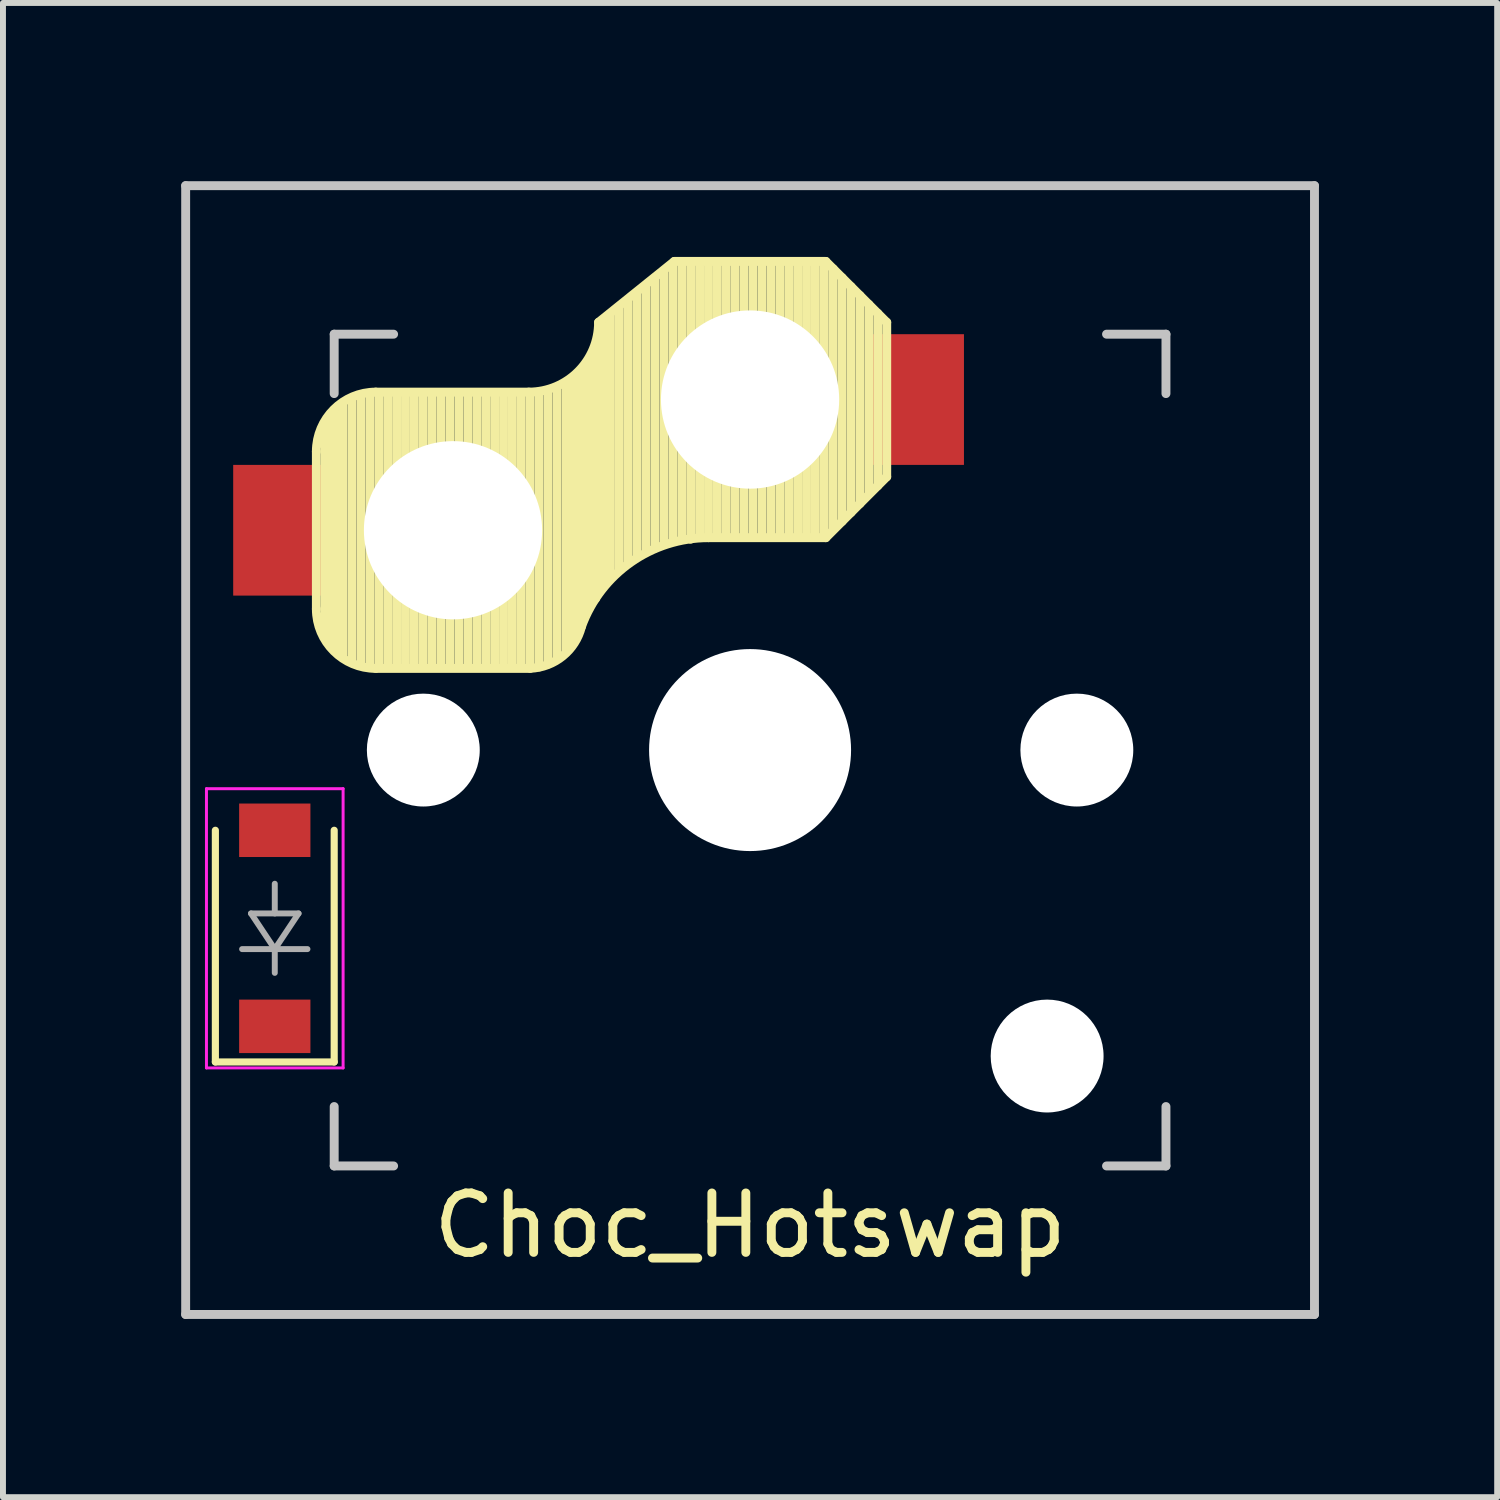
<source format=kicad_pcb>
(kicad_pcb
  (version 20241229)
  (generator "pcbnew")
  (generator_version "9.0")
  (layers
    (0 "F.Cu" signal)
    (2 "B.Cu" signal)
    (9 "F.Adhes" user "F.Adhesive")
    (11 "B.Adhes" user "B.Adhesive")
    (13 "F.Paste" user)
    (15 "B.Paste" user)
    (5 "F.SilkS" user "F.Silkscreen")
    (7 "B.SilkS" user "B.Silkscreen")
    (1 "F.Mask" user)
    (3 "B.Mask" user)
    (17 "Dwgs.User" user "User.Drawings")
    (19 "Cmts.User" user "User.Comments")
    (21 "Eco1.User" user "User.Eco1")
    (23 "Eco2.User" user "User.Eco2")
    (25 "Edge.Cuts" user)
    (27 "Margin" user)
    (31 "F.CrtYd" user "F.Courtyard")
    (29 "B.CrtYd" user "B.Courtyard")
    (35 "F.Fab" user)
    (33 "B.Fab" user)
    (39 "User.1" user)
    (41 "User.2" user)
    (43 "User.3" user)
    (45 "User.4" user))
  (footprint "Choc_Hotswap"
    (layer "F.Cu")
    (at 9.575 9.575)
    (property "Reference" "Choc_Hotswap" (at 0 8 0) (layer "F.SilkS") (effects (font (size 1 1) (thickness 0.15))))
    (attr through_hole)
    (fp_line (start -9 5.25) (end -9 1.35) (stroke (width 0.12) (type solid)) (layer "F.SilkS"))
    (fp_line (start -9 5.25) (end -7 5.25) (stroke (width 0.12) (type solid)) (layer "F.SilkS"))
    (fp_line (start -7.3 -5.025) (end -7.3 -2.375) (stroke (width 0.15) (type solid)) (layer "F.SilkS"))
    (fp_line (start -7.15 -1.95) (end -7.15 -5.5) (stroke (width 0.15) (type solid)) (layer "F.SilkS"))
    (fp_line (start -7.05 -1.8) (end -7.05 -5.55) (stroke (width 0.15) (type solid)) (layer "F.SilkS"))
    (fp_line (start -7 5.25) (end -7 1.35) (stroke (width 0.12) (type solid)) (layer "F.SilkS"))
    (fp_line (start -6.95 -1.7) (end -6.95 -5.65) (stroke (width 0.15) (type solid)) (layer "F.SilkS"))
    (fp_line (start -6.85 -1.6) (end -6.85 -5.8) (stroke (width 0.15) (type solid)) (layer "F.SilkS"))
    (fp_line (start -6.7 -1.5) (end -6.7 -5.9) (stroke (width 0.15) (type solid)) (layer "F.SilkS"))
    (fp_line (start -6.55 -1.45) (end -6.55 -5.95) (stroke (width 0.15) (type solid)) (layer "F.SilkS"))
    (fp_line (start -6.4 -1.4) (end -6.4 -5.95) (stroke (width 0.15) (type solid)) (layer "F.SilkS"))
    (fp_line (start -6.3 -6.025) (end -3.725 -6.025) (stroke (width 0.15) (type solid)) (layer "F.SilkS"))
    (fp_line (start -6.3 -1.375) (end -3.7 -1.375) (stroke (width 0.15) (type solid)) (layer "F.SilkS"))
    (fp_line (start -6.25 -1.4) (end -6.25 -6) (stroke (width 0.15) (type solid)) (layer "F.SilkS"))
    (fp_line (start -6.1 -1.4) (end -6.1 -6) (stroke (width 0.15) (type solid)) (layer "F.SilkS"))
    (fp_line (start -5.95 -1.4) (end -5.95 -6) (stroke (width 0.15) (type solid)) (layer "F.SilkS"))
    (fp_line (start -5.8 -1.4) (end -5.8 -6) (stroke (width 0.15) (type solid)) (layer "F.SilkS"))
    (fp_line (start -5.65 -1.4) (end -5.65 -6) (stroke (width 0.15) (type solid)) (layer "F.SilkS"))
    (fp_line (start -5.5 -1.4) (end -5.5 -6) (stroke (width 0.15) (type solid)) (layer "F.SilkS"))
    (fp_line (start -5.35 -1.4) (end -5.35 -6) (stroke (width 0.15) (type solid)) (layer "F.SilkS"))
    (fp_line (start -5.2 -1.4) (end -5.2 -6) (stroke (width 0.15) (type solid)) (layer "F.SilkS"))
    (fp_line (start -5.05 -1.4) (end -5.05 -6) (stroke (width 0.15) (type solid)) (layer "F.SilkS"))
    (fp_line (start -4.9 -1.4) (end -4.9 -6) (stroke (width 0.15) (type solid)) (layer "F.SilkS"))
    (fp_line (start -4.75 -1.4) (end -4.75 -6) (stroke (width 0.15) (type solid)) (layer "F.SilkS"))
    (fp_line (start -4.6 -1.4) (end -4.6 -6) (stroke (width 0.15) (type solid)) (layer "F.SilkS"))
    (fp_line (start -4.45 -1.4) (end -4.45 -6) (stroke (width 0.15) (type solid)) (layer "F.SilkS"))
    (fp_line (start -4.3 -1.4) (end -4.3 -6) (stroke (width 0.15) (type solid)) (layer "F.SilkS"))
    (fp_line (start -4.15 -1.4) (end -4.15 -6) (stroke (width 0.15) (type solid)) (layer "F.SilkS"))
    (fp_line (start -4 -1.4) (end -4 -6) (stroke (width 0.15) (type solid)) (layer "F.SilkS"))
    (fp_line (start -3.85 -1.4) (end -3.85 -5.95) (stroke (width 0.15) (type solid)) (layer "F.SilkS"))
    (fp_line (start -3.7 -1.4) (end -3.7 -6) (stroke (width 0.15) (type solid)) (layer "F.SilkS"))
    (fp_line (start -3.55 -1.4) (end -3.55 -6) (stroke (width 0.15) (type solid)) (layer "F.SilkS"))
    (fp_line (start -3.4 -1.45) (end -3.4 -6) (stroke (width 0.15) (type solid)) (layer "F.SilkS"))
    (fp_line (start -3.25 -1.55) (end -3.25 -6.1) (stroke (width 0.15) (type solid)) (layer "F.SilkS"))
    (fp_line (start -3.1 -1.65) (end -3.1 -6.15) (stroke (width 0.15) (type solid)) (layer "F.SilkS"))
    (fp_line (start -3 -1.8) (end -3 -6.2) (stroke (width 0.15) (type solid)) (layer "F.SilkS"))
    (fp_line (start -2.9 -2.05) (end -2.9 -6.25) (stroke (width 0.15) (type solid)) (layer "F.SilkS"))
    (fp_line (start -2.8 -2.2) (end -2.8 -6.35) (stroke (width 0.15) (type solid)) (layer "F.SilkS"))
    (fp_line (start -2.7 -2.4) (end -2.7 -6.55) (stroke (width 0.15) (type solid)) (layer "F.SilkS"))
    (fp_line (start -2.6 -2.55) (end -2.6 -6.7) (stroke (width 0.15) (type solid)) (layer "F.SilkS"))
    (fp_line (start -2.5 -2.75) (end -2.5 -7.2) (stroke (width 0.15) (type solid)) (layer "F.SilkS"))
    (fp_line (start -2.35 -2.9) (end -2.35 -7.35) (stroke (width 0.15) (type solid)) (layer "F.SilkS"))
    (fp_line (start -2.2 -3.05) (end -2.2 -7.45) (stroke (width 0.15) (type solid)) (layer "F.SilkS"))
    (fp_line (start -2.05 -3.15) (end -2.05 -7.55) (stroke (width 0.15) (type solid)) (layer "F.SilkS"))
    (fp_line (start -1.9 -3.25) (end -1.9 -7.7) (stroke (width 0.15) (type solid)) (layer "F.SilkS"))
    (fp_line (start -1.75 -3.35) (end -1.75 -7.8) (stroke (width 0.15) (type solid)) (layer "F.SilkS"))
    (fp_line (start -1.6 -3.4) (end -1.6 -7.95) (stroke (width 0.15) (type solid)) (layer "F.SilkS"))
    (fp_line (start -1.45 -3.5) (end -1.45 -8.05) (stroke (width 0.15) (type solid)) (layer "F.SilkS"))
    (fp_line (start -1.3 -3.55) (end -1.3 -8.15) (stroke (width 0.15) (type solid)) (layer "F.SilkS"))
    (fp_line (start -1.275 -8.225) (end -2.55 -7.2) (stroke (width 0.15) (type solid)) (layer "F.SilkS"))
    (fp_line (start -1.275 -8.225) (end 1.275 -8.225) (stroke (width 0.15) (type solid)) (layer "F.SilkS"))
    (fp_line (start -1.15 -3.55) (end -1.15 -8.2) (stroke (width 0.15) (type solid)) (layer "F.SilkS"))
    (fp_line (start -1 -3.55) (end -1 -8.2) (stroke (width 0.15) (type solid)) (layer "F.SilkS"))
    (fp_line (start -0.85 -3.6) (end -0.85 -8.15) (stroke (width 0.15) (type solid)) (layer "F.SilkS"))
    (fp_line (start -0.7 -3.6) (end -0.7 -8.2) (stroke (width 0.15) (type solid)) (layer "F.SilkS"))
    (fp_line (start -0.7 -3.575) (end 1.275 -3.575) (stroke (width 0.15) (type solid)) (layer "F.SilkS"))
    (fp_line (start -0.55 -3.6) (end -0.55 -8.2) (stroke (width 0.15) (type solid)) (layer "F.SilkS"))
    (fp_line (start -0.4 -3.6) (end -0.4 -8.2) (stroke (width 0.15) (type solid)) (layer "F.SilkS"))
    (fp_line (start -0.25 -3.6) (end -0.25 -8.2) (stroke (width 0.15) (type solid)) (layer "F.SilkS"))
    (fp_line (start -0.1 -3.6) (end -0.1 -8.2) (stroke (width 0.15) (type solid)) (layer "F.SilkS"))
    (fp_line (start 0.05 -3.6) (end 0.05 -8.2) (stroke (width 0.15) (type solid)) (layer "F.SilkS"))
    (fp_line (start 0.2 -3.6) (end 0.2 -8.2) (stroke (width 0.15) (type solid)) (layer "F.SilkS"))
    (fp_line (start 0.35 -3.6) (end 0.35 -8.2) (stroke (width 0.15) (type solid)) (layer "F.SilkS"))
    (fp_line (start 0.5 -3.6) (end 0.5 -8.2) (stroke (width 0.15) (type solid)) (layer "F.SilkS"))
    (fp_line (start 0.65 -3.6) (end 0.65 -8.2) (stroke (width 0.15) (type solid)) (layer "F.SilkS"))
    (fp_line (start 0.8 -3.6) (end 0.8 -8.2) (stroke (width 0.15) (type solid)) (layer "F.SilkS"))
    (fp_line (start 0.95 -3.6) (end 0.95 -8.2) (stroke (width 0.15) (type solid)) (layer "F.SilkS"))
    (fp_line (start 1.1 -3.6) (end 1.1 -8.2) (stroke (width 0.15) (type solid)) (layer "F.SilkS"))
    (fp_line (start 1.25 -3.6) (end 1.25 -8.2) (stroke (width 0.15) (type solid)) (layer "F.SilkS"))
    (fp_line (start 1.4 -3.75) (end 1.4 -8.1) (stroke (width 0.15) (type solid)) (layer "F.SilkS"))
    (fp_line (start 1.55 -3.85) (end 1.55 -7.95) (stroke (width 0.15) (type solid)) (layer "F.SilkS"))
    (fp_line (start 1.7 -4) (end 1.7 -7.8) (stroke (width 0.15) (type solid)) (layer "F.SilkS"))
    (fp_line (start 1.85 -4.15) (end 1.85 -7.65) (stroke (width 0.15) (type solid)) (layer "F.SilkS"))
    (fp_line (start 2 -4.35) (end 2 -7.5) (stroke (width 0.15) (type solid)) (layer "F.SilkS"))
    (fp_line (start 2.15 -4.45) (end 2.15 -7.35) (stroke (width 0.15) (type solid)) (layer "F.SilkS"))
    (fp_line (start 2.3 -7.2) (end 1.275 -8.225) (stroke (width 0.15) (type solid)) (layer "F.SilkS"))
    (fp_line (start 2.3 -7.2) (end 2.3 -4.6) (stroke (width 0.15) (type solid)) (layer "F.SilkS"))
    (fp_line (start 2.3 -4.6) (end 1.275 -3.575) (stroke (width 0.15) (type solid)) (layer "F.SilkS"))
    (fp_arc (start -7.3 -5.025) (mid -7.007107 -5.732107) (end -6.3 -6.025) (stroke (width 0.15) (type solid)) (layer "F.SilkS"))
    (fp_arc (start -6.3 -1.375) (mid -7.007107 -1.667893) (end -7.3 -2.375) (stroke (width 0.15) (type solid)) (layer "F.SilkS"))
    (fp_arc (start -2.837801 -2.078096) (mid -3.151716 -1.583979) (end -3.699005 -1.376209) (stroke (width 0.15) (type solid)) (layer "F.SilkS"))
    (fp_arc (start -2.837801 -2.078096) (mid -2.004887 -3.163571) (end -0.7 -3.575) (stroke (width 0.15) (type solid)) (layer "F.SilkS"))
    (fp_arc (start -2.55 -7.2) (mid -2.89415 -6.36915) (end -3.725 -6.025) (stroke (width 0.15) (type solid)) (layer "F.SilkS"))
    (fp_line (start -9.5 -9.5) (end 9.5 -9.5) (stroke (width 0.15) (type solid)) (layer "Dwgs.User"))
    (fp_line (start -9.5 9.5) (end -9.5 -9.5) (stroke (width 0.15) (type solid)) (layer "Dwgs.User"))
    (fp_line (start -7 -7) (end -7 -6) (stroke (width 0.15) (type solid)) (layer "Dwgs.User"))
    (fp_line (start -7 6) (end -7 7) (stroke (width 0.15) (type solid)) (layer "Dwgs.User"))
    (fp_line (start -7 7) (end -6 7) (stroke (width 0.15) (type solid)) (layer "Dwgs.User"))
    (fp_line (start -6 -7) (end -7 -7) (stroke (width 0.15) (type solid)) (layer "Dwgs.User"))
    (fp_line (start 6 -7) (end 7 -7) (stroke (width 0.15) (type solid)) (layer "Dwgs.User"))
    (fp_line (start 7 -7) (end 7 -6) (stroke (width 0.15) (type solid)) (layer "Dwgs.User"))
    (fp_line (start 7 6) (end 7 7) (stroke (width 0.15) (type solid)) (layer "Dwgs.User"))
    (fp_line (start 7 7) (end 6 7) (stroke (width 0.15) (type solid)) (layer "Dwgs.User"))
    (fp_line (start 9.5 -9.5) (end 9.5 9.5) (stroke (width 0.15) (type solid)) (layer "Dwgs.User"))
    (fp_line (start 9.5 9.5) (end -9.5 9.5) (stroke (width 0.15) (type solid)) (layer "Dwgs.User"))
    (fp_line (start -9.15 0.65) (end -6.85 0.65) (stroke (width 0.05) (type solid)) (layer "F.CrtYd"))
    (fp_line (start -9.15 5.35) (end -9.15 0.65) (stroke (width 0.05) (type solid)) (layer "F.CrtYd"))
    (fp_line (start -9.15 5.35) (end -6.85 5.35) (stroke (width 0.05) (type solid)) (layer "F.CrtYd"))
    (fp_line (start -6.85 0.65) (end -6.85 5.35) (stroke (width 0.05) (type solid)) (layer "F.CrtYd"))
    (fp_line (start -8.4 2.75) (end -7.6 2.75) (stroke (width 0.1) (type solid)) (layer "F.Fab"))
    (fp_line (start -8 2.75) (end -8 2.25) (stroke (width 0.1) (type solid)) (layer "F.Fab"))
    (fp_line (start -8 3.35) (end -8.55 3.35) (stroke (width 0.1) (type solid)) (layer "F.Fab"))
    (fp_line (start -8 3.35) (end -8.4 2.75) (stroke (width 0.1) (type solid)) (layer "F.Fab"))
    (fp_line (start -8 3.35) (end -7.45 3.35) (stroke (width 0.1) (type solid)) (layer "F.Fab"))
    (fp_line (start -8 3.75) (end -8 3.35) (stroke (width 0.1) (type solid)) (layer "F.Fab"))
    (fp_line (start -7.6 2.75) (end -8 3.35) (stroke (width 0.1) (type solid)) (layer "F.Fab"))
    (pad "" np_thru_hole circle (at -5.5 0) (size 1.9 1.9) (drill 1.9) (layers "*.Cu" "*.Mask"))
    (pad "" np_thru_hole circle (at -5 -3.7 90) (size 3 3) (drill 3) (layers "*.Cu" "*.Mask"))
    (pad "" np_thru_hole circle (at 0 -5.9 270) (size 3 3) (drill 3) (layers "*.Cu" "*.Mask"))
    (pad "" np_thru_hole circle (at 0 0 270) (size 3.4 3.4) (drill 5) (layers "*.Cu" "*.Mask"))
    (pad "" np_thru_hole circle (at 5 5.15) (size 1.9 1.9) (drill 1.9) (layers "*.Cu" "*.Mask"))
    (pad "" np_thru_hole circle (at 5.5 0) (size 1.9 1.9) (drill 1.9) (layers "*.Cu" "*.Mask"))
    (pad "1" smd rect (at 2.8 -5.9) (size 1.6 2.2) (layers "F.Cu" "F.Mask" "F.Paste"))
    (pad "2" smd rect (at -8 1.35 90) (size 0.9 1.2) (layers "F.Cu" "F.Mask" "F.Paste"))
    (pad "2" smd rect (at -7.9 -3.7) (size 1.6 2.2) (layers "F.Cu" "F.Mask" "F.Paste"))
    (pad "3" smd rect (at -8 4.65 90) (size 0.9 1.2) (layers "F.Cu" "F.Mask" "F.Paste")))
  (gr_rect
    (start -3 -3)
    (end 22.15 22.15)
    (stroke (width 0.1) (type default))
    (fill no)
    (layer "Edge.Cuts")))
</source>
